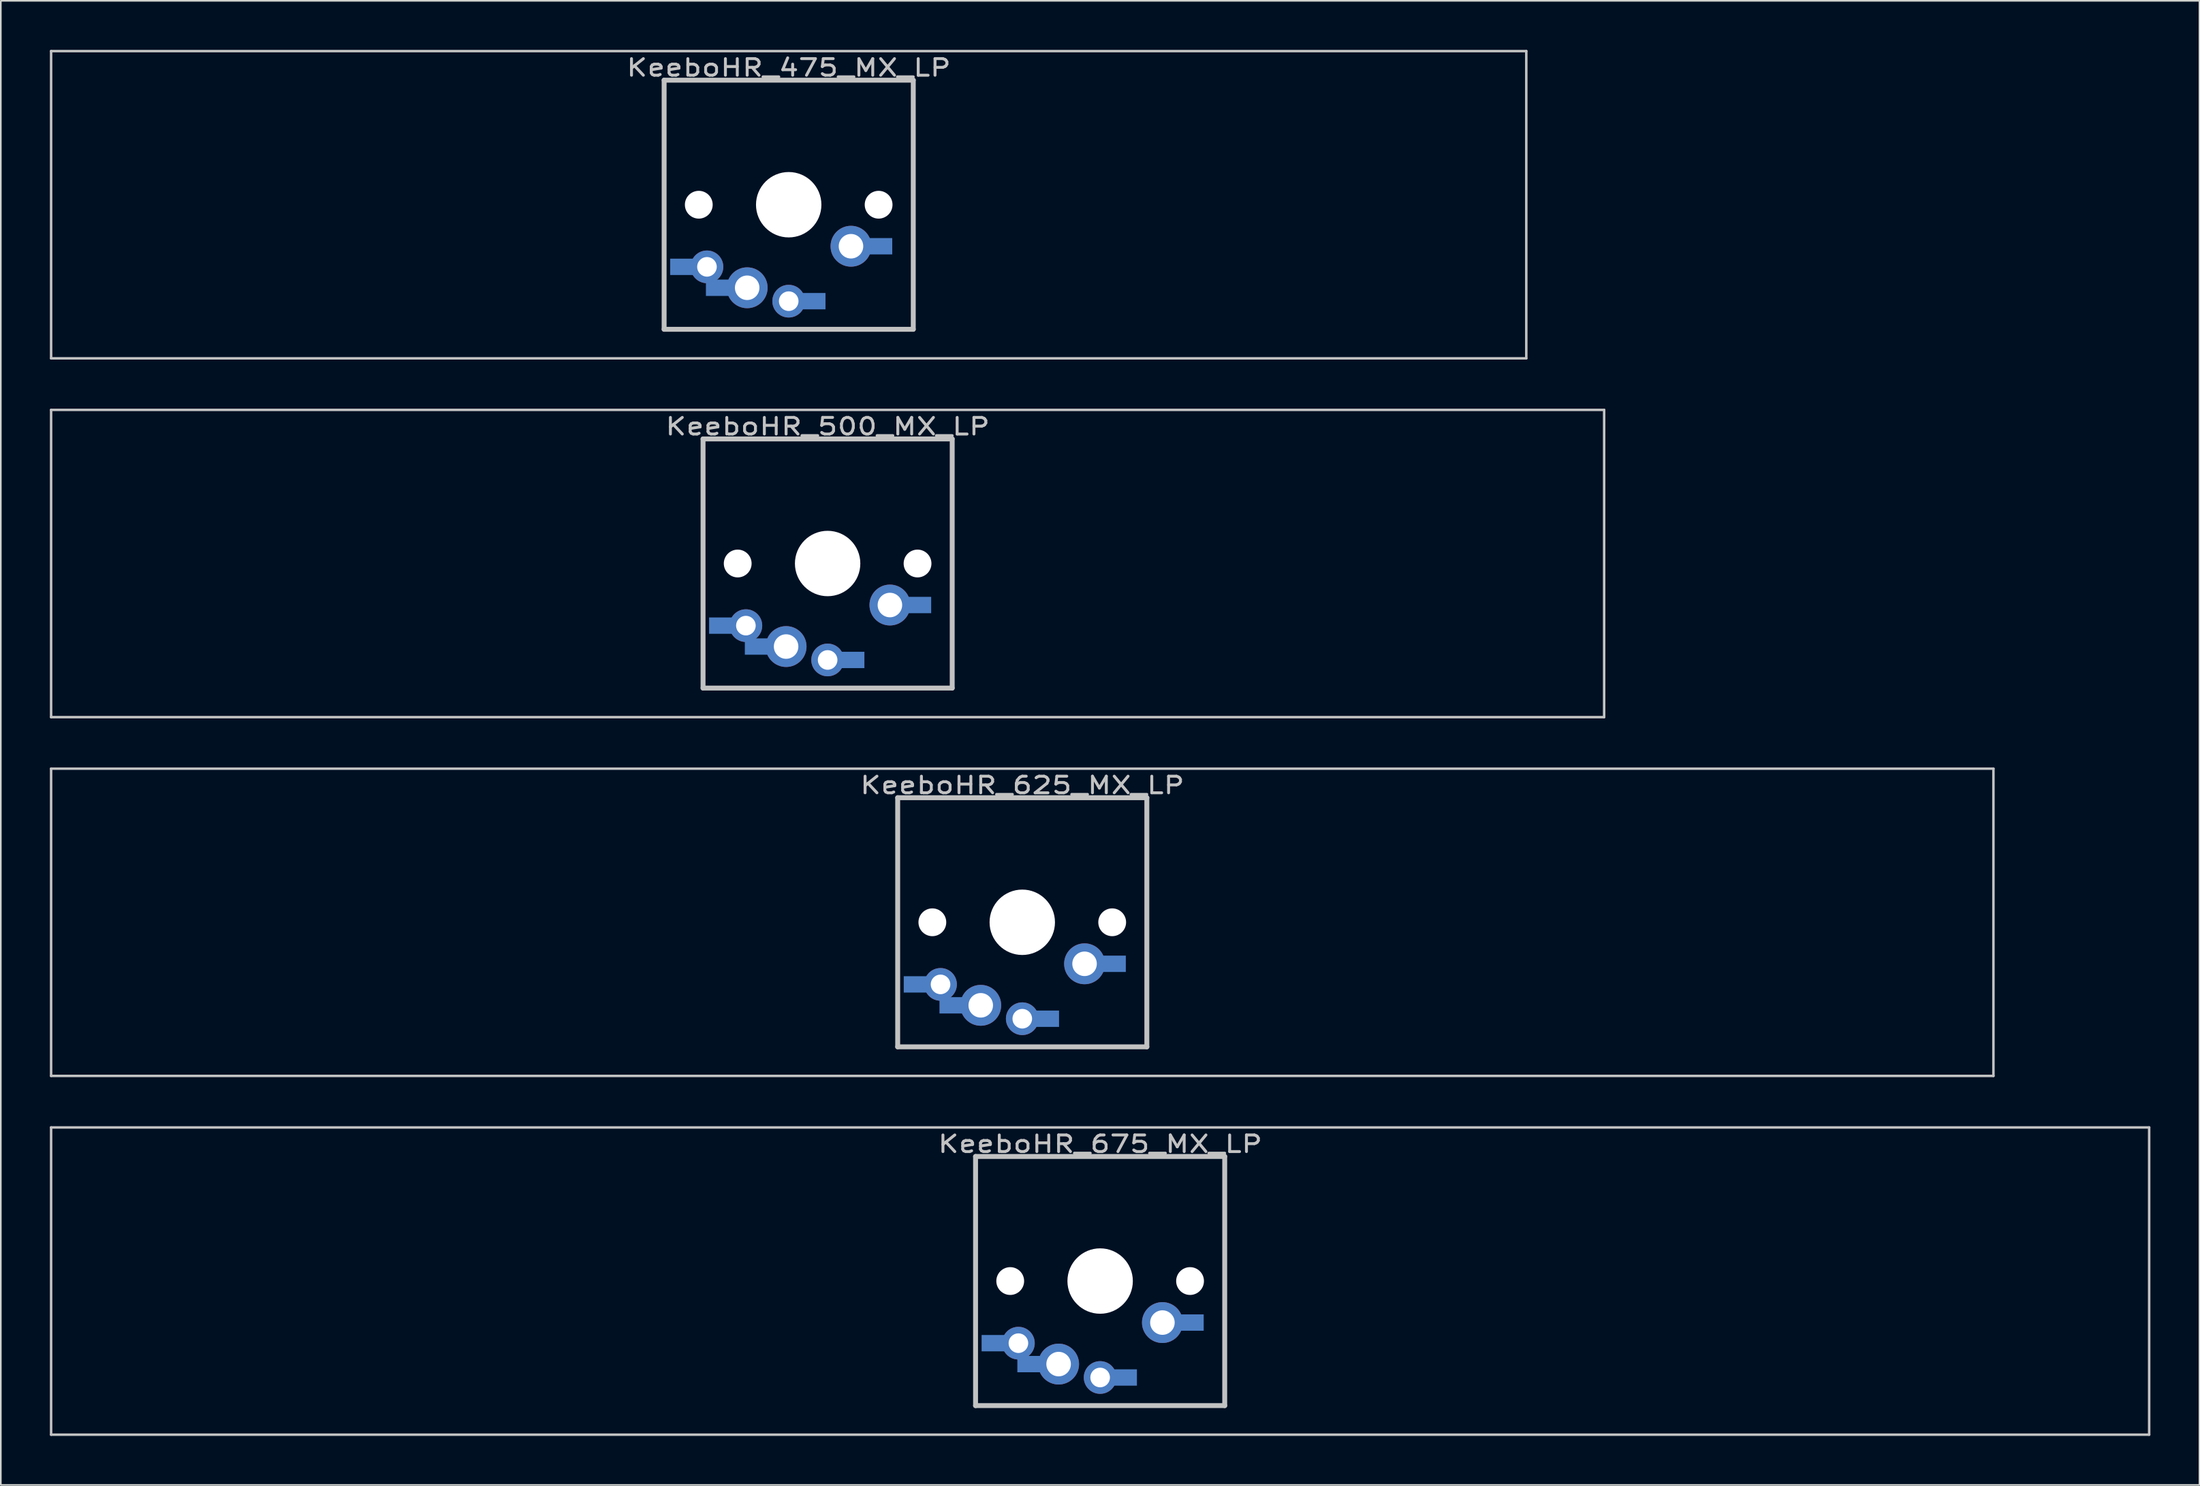
<source format=kicad_pcb>
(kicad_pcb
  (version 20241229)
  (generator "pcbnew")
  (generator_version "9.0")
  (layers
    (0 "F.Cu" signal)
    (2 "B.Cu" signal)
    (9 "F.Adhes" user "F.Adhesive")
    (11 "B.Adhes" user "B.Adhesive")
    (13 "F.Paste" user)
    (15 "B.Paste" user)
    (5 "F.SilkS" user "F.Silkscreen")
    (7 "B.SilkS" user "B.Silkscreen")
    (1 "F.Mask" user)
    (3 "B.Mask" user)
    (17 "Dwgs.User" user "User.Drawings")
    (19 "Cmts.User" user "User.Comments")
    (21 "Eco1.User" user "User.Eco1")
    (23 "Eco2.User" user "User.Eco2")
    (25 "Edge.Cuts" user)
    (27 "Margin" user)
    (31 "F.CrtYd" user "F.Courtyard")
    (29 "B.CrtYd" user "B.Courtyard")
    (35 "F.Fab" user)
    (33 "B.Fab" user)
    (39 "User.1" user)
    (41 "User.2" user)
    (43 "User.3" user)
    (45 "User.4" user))
  (footprint "KeeboHR_625_MX_LP"
    (layer "B.Cu")
    (at 59.48 53.371)
    (property "Reference" "KeeboHR_625_MX_LP" (at 0 -8.382 0) (layer "Dwgs.User") (effects (font (size 1.016 1.27) (thickness 0.178))))
    (attr through_hole)
    (fp_line (start -59.404 -9.398) (end 59.404 -9.398) (stroke (width 0.152) (type solid)) (layer "Dwgs.User"))
    (fp_line (start -59.404 9.398) (end -59.404 -9.398) (stroke (width 0.152) (type solid)) (layer "Dwgs.User"))
    (fp_line (start -7.62 -7.62) (end 7.62 -7.62) (stroke (width 0.3) (type solid)) (layer "Dwgs.User"))
    (fp_line (start -7.62 7.62) (end -7.62 -7.62) (stroke (width 0.3) (type solid)) (layer "Dwgs.User"))
    (fp_line (start 7.62 -7.62) (end 7.62 7.62) (stroke (width 0.3) (type solid)) (layer "Dwgs.User"))
    (fp_line (start 7.62 7.62) (end -7.62 7.62) (stroke (width 0.3) (type solid)) (layer "Dwgs.User"))
    (fp_line (start 59.404 -9.398) (end 59.404 9.398) (stroke (width 0.152) (type solid)) (layer "Dwgs.User"))
    (fp_line (start 59.404 9.398) (end -59.404 9.398) (stroke (width 0.152) (type solid)) (layer "Dwgs.User"))
    (pad "" np_thru_hole circle (at -5.5 0) (size 1.7 1.7) (drill 1.7) (layers "*.Cu" "*.Mask"))
    (pad "" np_thru_hole circle (at 0 0) (size 4 4) (drill 4) (layers "*.Cu" "*.Mask"))
    (pad "" np_thru_hole circle (at 5.5 0) (size 1.7 1.7) (drill 1.7) (layers "*.Cu" "*.Mask"))
    (pad "1" thru_hole circle (at 0 5.9) (size 2 2) (drill 1.2) (layers "*.Cu" "*.Mask"))
    (pad "1" smd rect (at 1.25 5.9) (size 2 1) (layers "B.Cu" "B.Mask"))
    (pad "1" thru_hole circle (at 3.81 2.54) (size 2.5 2.5) (drill 1.5) (layers "*.Cu" "*.Mask"))
    (pad "1" smd rect (at 5.334 2.54) (size 2 1) (layers "B.Cu" "B.Mask"))
    (pad "2" smd rect (at -6.25 3.8) (size 2 1) (layers "B.Cu" "B.Mask"))
    (pad "2" thru_hole circle (at -5 3.8) (size 2 2) (drill 1.2) (layers "*.Cu" "*.Mask"))
    (pad "2" smd rect (at -4.064 5.08) (size 2 1) (layers "B.Cu" "B.Mask"))
    (pad "2" thru_hole circle (at -2.54 5.08) (size 2.5 2.5) (drill 1.5) (layers "*.Cu" "*.Mask")))
  (footprint "KeeboHR_500_MX_LP"
    (layer "B.Cu")
    (at 47.574 31.423)
    (property "Reference" "KeeboHR_500_MX_LP" (at 0 -8.382 0) (layer "Dwgs.User") (effects (font (size 1.016 1.27) (thickness 0.178))))
    (attr through_hole)
    (fp_line (start -47.498 -9.398) (end 47.498 -9.398) (stroke (width 0.152) (type solid)) (layer "Dwgs.User"))
    (fp_line (start -47.498 9.398) (end -47.498 -9.398) (stroke (width 0.152) (type solid)) (layer "Dwgs.User"))
    (fp_line (start -7.62 -7.62) (end 7.62 -7.62) (stroke (width 0.3) (type solid)) (layer "Dwgs.User"))
    (fp_line (start -7.62 7.62) (end -7.62 -7.62) (stroke (width 0.3) (type solid)) (layer "Dwgs.User"))
    (fp_line (start 7.62 -7.62) (end 7.62 7.62) (stroke (width 0.3) (type solid)) (layer "Dwgs.User"))
    (fp_line (start 7.62 7.62) (end -7.62 7.62) (stroke (width 0.3) (type solid)) (layer "Dwgs.User"))
    (fp_line (start 47.498 -9.398) (end 47.498 9.398) (stroke (width 0.152) (type solid)) (layer "Dwgs.User"))
    (fp_line (start 47.498 9.398) (end -47.498 9.398) (stroke (width 0.152) (type solid)) (layer "Dwgs.User"))
    (pad "" np_thru_hole circle (at -5.5 0) (size 1.7 1.7) (drill 1.7) (layers "*.Cu" "*.Mask"))
    (pad "" np_thru_hole circle (at 0 0) (size 4 4) (drill 4) (layers "*.Cu" "*.Mask"))
    (pad "" np_thru_hole circle (at 5.5 0) (size 1.7 1.7) (drill 1.7) (layers "*.Cu" "*.Mask"))
    (pad "1" thru_hole circle (at 0 5.9) (size 2 2) (drill 1.2) (layers "*.Cu" "*.Mask"))
    (pad "1" smd rect (at 1.25 5.9) (size 2 1) (layers "B.Cu" "B.Mask"))
    (pad "1" thru_hole circle (at 3.81 2.54) (size 2.5 2.5) (drill 1.5) (layers "*.Cu" "*.Mask"))
    (pad "1" smd rect (at 5.334 2.54) (size 2 1) (layers "B.Cu" "B.Mask"))
    (pad "2" smd rect (at -6.25 3.8) (size 2 1) (layers "B.Cu" "B.Mask"))
    (pad "2" thru_hole circle (at -5 3.8) (size 2 2) (drill 1.2) (layers "*.Cu" "*.Mask"))
    (pad "2" smd rect (at -4.064 5.08) (size 2 1) (layers "B.Cu" "B.Mask"))
    (pad "2" thru_hole circle (at -2.54 5.08) (size 2.5 2.5) (drill 1.5) (layers "*.Cu" "*.Mask")))
  (footprint "KeeboHR_475_MX_LP"
    (layer "B.Cu")
    (at 45.193 9.474)
    (property "Reference" "KeeboHR_475_MX_LP" (at 0 -8.382 0) (layer "Dwgs.User") (effects (font (size 1.016 1.27) (thickness 0.178))))
    (attr through_hole)
    (fp_line (start -45.117 -9.398) (end 45.117 -9.398) (stroke (width 0.152) (type solid)) (layer "Dwgs.User"))
    (fp_line (start -45.117 9.398) (end -45.117 -9.398) (stroke (width 0.152) (type solid)) (layer "Dwgs.User"))
    (fp_line (start -7.62 -7.62) (end 7.62 -7.62) (stroke (width 0.3) (type solid)) (layer "Dwgs.User"))
    (fp_line (start -7.62 7.62) (end -7.62 -7.62) (stroke (width 0.3) (type solid)) (layer "Dwgs.User"))
    (fp_line (start 7.62 -7.62) (end 7.62 7.62) (stroke (width 0.3) (type solid)) (layer "Dwgs.User"))
    (fp_line (start 7.62 7.62) (end -7.62 7.62) (stroke (width 0.3) (type solid)) (layer "Dwgs.User"))
    (fp_line (start 45.117 -9.398) (end 45.117 9.398) (stroke (width 0.152) (type solid)) (layer "Dwgs.User"))
    (fp_line (start 45.117 9.398) (end -45.117 9.398) (stroke (width 0.152) (type solid)) (layer "Dwgs.User"))
    (pad "" np_thru_hole circle (at -5.5 0) (size 1.7 1.7) (drill 1.7) (layers "*.Cu" "*.Mask"))
    (pad "" np_thru_hole circle (at 0 0) (size 4 4) (drill 4) (layers "*.Cu" "*.Mask"))
    (pad "" np_thru_hole circle (at 5.5 0) (size 1.7 1.7) (drill 1.7) (layers "*.Cu" "*.Mask"))
    (pad "1" thru_hole circle (at 0 5.9) (size 2 2) (drill 1.2) (layers "*.Cu" "*.Mask"))
    (pad "1" smd rect (at 1.25 5.9) (size 2 1) (layers "B.Cu" "B.Mask"))
    (pad "1" thru_hole circle (at 3.81 2.54) (size 2.5 2.5) (drill 1.5) (layers "*.Cu" "*.Mask"))
    (pad "1" smd rect (at 5.334 2.54) (size 2 1) (layers "B.Cu" "B.Mask"))
    (pad "2" smd rect (at -6.25 3.8) (size 2 1) (layers "B.Cu" "B.Mask"))
    (pad "2" thru_hole circle (at -5 3.8) (size 2 2) (drill 1.2) (layers "*.Cu" "*.Mask"))
    (pad "2" smd rect (at -4.064 5.08) (size 2 1) (layers "B.Cu" "B.Mask"))
    (pad "2" thru_hole circle (at -2.54 5.08) (size 2.5 2.5) (drill 1.5) (layers "*.Cu" "*.Mask")))
  (footprint "KeeboHR_675_MX_LP"
    (layer "B.Cu")
    (at 64.243 75.319)
    (property "Reference" "KeeboHR_675_MX_LP" (at 0 -8.382 0) (layer "Dwgs.User") (effects (font (size 1.016 1.27) (thickness 0.178))))
    (attr through_hole)
    (fp_line (start -64.167 -9.398) (end 64.167 -9.398) (stroke (width 0.152) (type solid)) (layer "Dwgs.User"))
    (fp_line (start -64.167 9.398) (end -64.167 -9.398) (stroke (width 0.152) (type solid)) (layer "Dwgs.User"))
    (fp_line (start -7.62 -7.62) (end 7.62 -7.62) (stroke (width 0.3) (type solid)) (layer "Dwgs.User"))
    (fp_line (start -7.62 7.62) (end -7.62 -7.62) (stroke (width 0.3) (type solid)) (layer "Dwgs.User"))
    (fp_line (start 7.62 -7.62) (end 7.62 7.62) (stroke (width 0.3) (type solid)) (layer "Dwgs.User"))
    (fp_line (start 7.62 7.62) (end -7.62 7.62) (stroke (width 0.3) (type solid)) (layer "Dwgs.User"))
    (fp_line (start 64.167 -9.398) (end 64.167 9.398) (stroke (width 0.152) (type solid)) (layer "Dwgs.User"))
    (fp_line (start 64.167 9.398) (end -64.167 9.398) (stroke (width 0.152) (type solid)) (layer "Dwgs.User"))
    (pad "" np_thru_hole circle (at -5.5 0) (size 1.7 1.7) (drill 1.7) (layers "*.Cu" "*.Mask"))
    (pad "" np_thru_hole circle (at 0 0) (size 4 4) (drill 4) (layers "*.Cu" "*.Mask"))
    (pad "" np_thru_hole circle (at 5.5 0) (size 1.7 1.7) (drill 1.7) (layers "*.Cu" "*.Mask"))
    (pad "1" thru_hole circle (at 0 5.9) (size 2 2) (drill 1.2) (layers "*.Cu" "*.Mask"))
    (pad "1" smd rect (at 1.25 5.9) (size 2 1) (layers "B.Cu" "B.Mask"))
    (pad "1" thru_hole circle (at 3.81 2.54) (size 2.5 2.5) (drill 1.5) (layers "*.Cu" "*.Mask"))
    (pad "1" smd rect (at 5.334 2.54) (size 2 1) (layers "B.Cu" "B.Mask"))
    (pad "2" smd rect (at -6.25 3.8) (size 2 1) (layers "B.Cu" "B.Mask"))
    (pad "2" thru_hole circle (at -5 3.8) (size 2 2) (drill 1.2) (layers "*.Cu" "*.Mask"))
    (pad "2" smd rect (at -4.064 5.08) (size 2 1) (layers "B.Cu" "B.Mask"))
    (pad "2" thru_hole circle (at -2.54 5.08) (size 2.5 2.5) (drill 1.5) (layers "*.Cu" "*.Mask")))
  (gr_rect
    (start -3 -3)
    (end 131.486 87.794)
    (stroke (width 0.1) (type default))
    (fill no)
    (layer "Edge.Cuts")))
</source>
